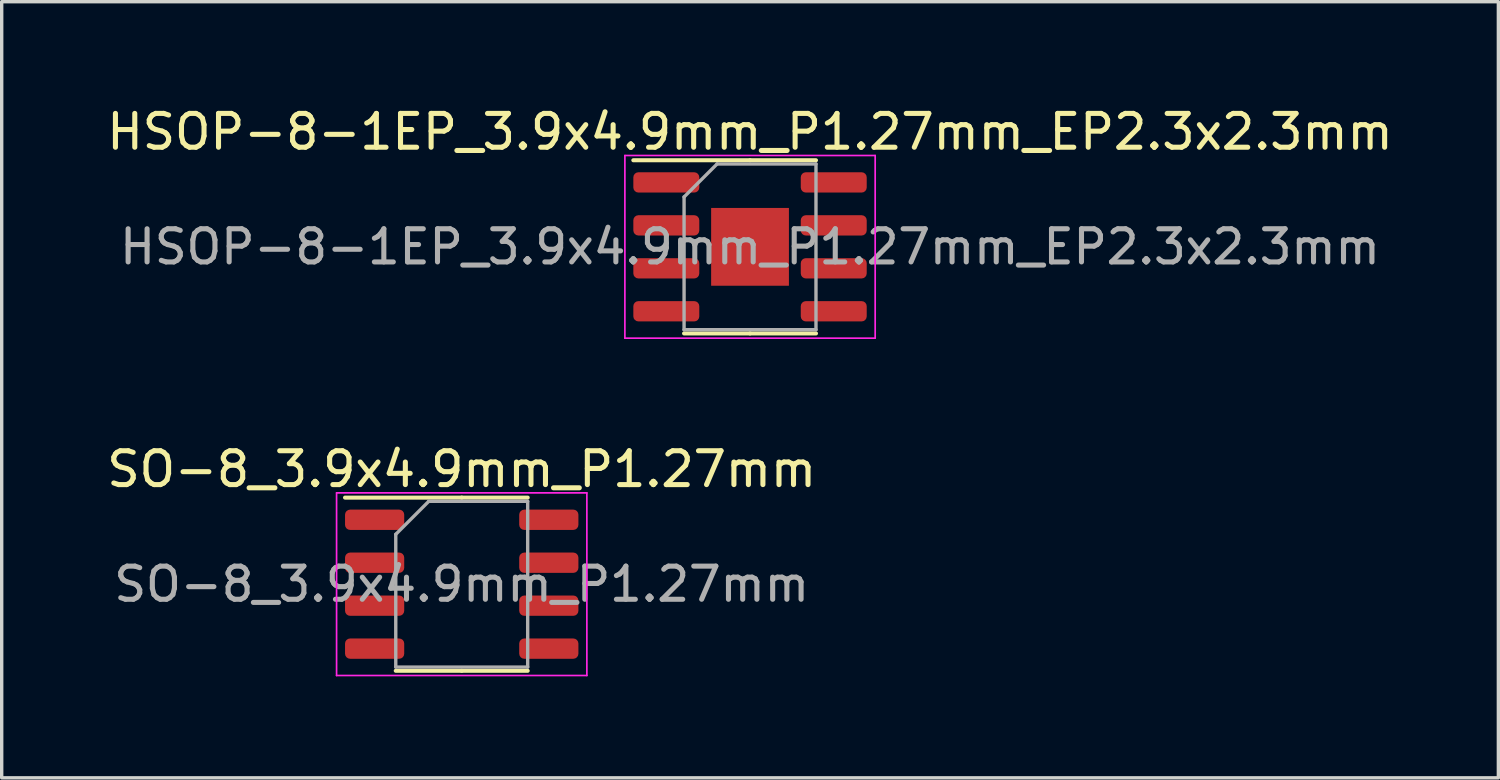
<source format=kicad_pcb>
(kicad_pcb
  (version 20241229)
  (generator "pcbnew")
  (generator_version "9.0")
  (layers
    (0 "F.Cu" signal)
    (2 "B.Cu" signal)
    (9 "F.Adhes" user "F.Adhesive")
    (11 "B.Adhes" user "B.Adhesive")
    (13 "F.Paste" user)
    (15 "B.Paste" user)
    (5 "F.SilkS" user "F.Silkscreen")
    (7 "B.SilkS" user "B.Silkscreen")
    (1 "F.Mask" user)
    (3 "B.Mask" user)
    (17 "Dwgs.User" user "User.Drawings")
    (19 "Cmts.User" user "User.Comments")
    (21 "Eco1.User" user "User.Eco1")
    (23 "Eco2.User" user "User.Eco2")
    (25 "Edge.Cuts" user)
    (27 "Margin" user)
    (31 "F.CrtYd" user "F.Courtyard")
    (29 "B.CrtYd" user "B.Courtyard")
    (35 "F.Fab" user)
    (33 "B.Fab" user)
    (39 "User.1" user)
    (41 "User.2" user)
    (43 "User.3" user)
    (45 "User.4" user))
  (footprint "SO-8_3.9x4.9mm_P1.27mm"
    (layer "F.Cu")
    (at 10.601 14.222)
    (property "Reference" "SO-8_3.9x4.9mm_P1.27mm" (at 0 -3.4 0) (layer "F.SilkS") (effects (font (size 1 1) (thickness 0.15))))
    (attr smd)
    (fp_line (start 0 -2.56) (end -3.45 -2.56) (stroke (width 0.12) (type solid)) (layer "F.SilkS"))
    (fp_line (start 0 -2.56) (end 1.95 -2.56) (stroke (width 0.12) (type solid)) (layer "F.SilkS"))
    (fp_line (start 0 2.56) (end -1.95 2.56) (stroke (width 0.12) (type solid)) (layer "F.SilkS"))
    (fp_line (start 0 2.56) (end 1.95 2.56) (stroke (width 0.12) (type solid)) (layer "F.SilkS"))
    (fp_line (start -3.7 -2.7) (end -3.7 2.7) (stroke (width 0.05) (type solid)) (layer "F.CrtYd"))
    (fp_line (start -3.7 2.7) (end 3.7 2.7) (stroke (width 0.05) (type solid)) (layer "F.CrtYd"))
    (fp_line (start 3.7 -2.7) (end -3.7 -2.7) (stroke (width 0.05) (type solid)) (layer "F.CrtYd"))
    (fp_line (start 3.7 2.7) (end 3.7 -2.7) (stroke (width 0.05) (type solid)) (layer "F.CrtYd"))
    (fp_line (start -1.95 -1.475) (end -0.975 -2.45) (stroke (width 0.1) (type solid)) (layer "F.Fab"))
    (fp_line (start -1.95 2.45) (end -1.95 -1.475) (stroke (width 0.1) (type solid)) (layer "F.Fab"))
    (fp_line (start -0.975 -2.45) (end 1.95 -2.45) (stroke (width 0.1) (type solid)) (layer "F.Fab"))
    (fp_line (start 1.95 -2.45) (end 1.95 2.45) (stroke (width 0.1) (type solid)) (layer "F.Fab"))
    (fp_line (start 1.95 2.45) (end -1.95 2.45) (stroke (width 0.1) (type solid)) (layer "F.Fab"))
    (fp_text user "${REFERENCE}" (at 0 0 0) (layer "F.Fab") (effects (font (size 0.98 0.98) (thickness 0.15))))
    (pad "1" smd roundrect (at -2.575 -1.905) (size 1.75 0.6) (layers "F.Cu" "F.Mask" "F.Paste") (roundrect_rratio 0.25))
    (pad "2" smd roundrect (at -2.575 -0.635) (size 1.75 0.6) (layers "F.Cu" "F.Mask" "F.Paste") (roundrect_rratio 0.25))
    (pad "3" smd roundrect (at -2.575 0.635) (size 1.75 0.6) (layers "F.Cu" "F.Mask" "F.Paste") (roundrect_rratio 0.25))
    (pad "4" smd roundrect (at -2.575 1.905) (size 1.75 0.6) (layers "F.Cu" "F.Mask" "F.Paste") (roundrect_rratio 0.25))
    (pad "5" smd roundrect (at 2.575 1.905) (size 1.75 0.6) (layers "F.Cu" "F.Mask" "F.Paste") (roundrect_rratio 0.25))
    (pad "6" smd roundrect (at 2.575 0.635) (size 1.75 0.6) (layers "F.Cu" "F.Mask" "F.Paste") (roundrect_rratio 0.25))
    (pad "7" smd roundrect (at 2.575 -0.635) (size 1.75 0.6) (layers "F.Cu" "F.Mask" "F.Paste") (roundrect_rratio 0.25))
    (pad "8" smd roundrect (at 2.575 -1.905) (size 1.75 0.6) (layers "F.Cu" "F.Mask" "F.Paste") (roundrect_rratio 0.25)))
  (footprint "HSOP-8-1EP_3.9x4.9mm_P1.27mm_EP2.3x2.3mm"
    (layer "F.Cu")
    (at 19.125 4.248)
    (property "Reference" "HSOP-8-1EP_3.9x4.9mm_P1.27mm_EP2.3x2.3mm" (at 0 -3.4 0) (layer "F.SilkS") (effects (font (size 1 1) (thickness 0.15))))
    (attr smd)
    (fp_line (start 0 -2.56) (end -3.45 -2.56) (stroke (width 0.12) (type solid)) (layer "F.SilkS"))
    (fp_line (start 0 -2.56) (end 1.95 -2.56) (stroke (width 0.12) (type solid)) (layer "F.SilkS"))
    (fp_line (start 0 2.56) (end -1.95 2.56) (stroke (width 0.12) (type solid)) (layer "F.SilkS"))
    (fp_line (start 0 2.56) (end 1.95 2.56) (stroke (width 0.12) (type solid)) (layer "F.SilkS"))
    (fp_line (start -3.7 -2.7) (end -3.7 2.7) (stroke (width 0.05) (type solid)) (layer "F.CrtYd"))
    (fp_line (start -3.7 2.7) (end 3.7 2.7) (stroke (width 0.05) (type solid)) (layer "F.CrtYd"))
    (fp_line (start 3.7 -2.7) (end -3.7 -2.7) (stroke (width 0.05) (type solid)) (layer "F.CrtYd"))
    (fp_line (start 3.7 2.7) (end 3.7 -2.7) (stroke (width 0.05) (type solid)) (layer "F.CrtYd"))
    (fp_line (start -1.95 -1.475) (end -0.975 -2.45) (stroke (width 0.1) (type solid)) (layer "F.Fab"))
    (fp_line (start -1.95 2.45) (end -1.95 -1.475) (stroke (width 0.1) (type solid)) (layer "F.Fab"))
    (fp_line (start -0.975 -2.45) (end 1.95 -2.45) (stroke (width 0.1) (type solid)) (layer "F.Fab"))
    (fp_line (start 1.95 -2.45) (end 1.95 2.45) (stroke (width 0.1) (type solid)) (layer "F.Fab"))
    (fp_line (start 1.95 2.45) (end -1.95 2.45) (stroke (width 0.1) (type solid)) (layer "F.Fab"))
    (fp_text user "${REFERENCE}" (at 0 0 0) (layer "F.Fab") (effects (font (size 0.98 0.98) (thickness 0.15))))
    (pad "" smd roundrect (at -0.575 -0.575) (size 0.93 0.93) (layers "F.Paste") (roundrect_rratio 0.25))
    (pad "" smd roundrect (at -0.575 0.575) (size 0.93 0.93) (layers "F.Paste") (roundrect_rratio 0.25))
    (pad "" smd roundrect (at 0.575 -0.575) (size 0.93 0.93) (layers "F.Paste") (roundrect_rratio 0.25))
    (pad "" smd roundrect (at 0.575 0.575) (size 0.93 0.93) (layers "F.Paste") (roundrect_rratio 0.25))
    (pad "1" smd roundrect (at -2.475 -1.905) (size 1.95 0.6) (layers "F.Cu" "F.Mask" "F.Paste") (roundrect_rratio 0.25))
    (pad "2" smd roundrect (at -2.475 -0.635) (size 1.95 0.6) (layers "F.Cu" "F.Mask" "F.Paste") (roundrect_rratio 0.25))
    (pad "3" smd roundrect (at -2.475 0.635) (size 1.95 0.6) (layers "F.Cu" "F.Mask" "F.Paste") (roundrect_rratio 0.25))
    (pad "4" smd roundrect (at -2.475 1.905) (size 1.95 0.6) (layers "F.Cu" "F.Mask" "F.Paste") (roundrect_rratio 0.25))
    (pad "5" smd roundrect (at 2.475 1.905) (size 1.95 0.6) (layers "F.Cu" "F.Mask" "F.Paste") (roundrect_rratio 0.25))
    (pad "6" smd roundrect (at 2.475 0.635) (size 1.95 0.6) (layers "F.Cu" "F.Mask" "F.Paste") (roundrect_rratio 0.25))
    (pad "7" smd roundrect (at 2.475 -0.635) (size 1.95 0.6) (layers "F.Cu" "F.Mask" "F.Paste") (roundrect_rratio 0.25))
    (pad "8" smd roundrect (at 2.475 -1.905) (size 1.95 0.6) (layers "F.Cu" "F.Mask" "F.Paste") (roundrect_rratio 0.25))
    (pad "9" smd rect (at 0 0) (size 2.3 2.3) (layers "F.Cu" "F.Mask")))
  (gr_rect
    (start -3 -3)
    (end 41.25 19.947)
    (stroke (width 0.1) (type default))
    (fill no)
    (layer "Edge.Cuts")))
</source>
